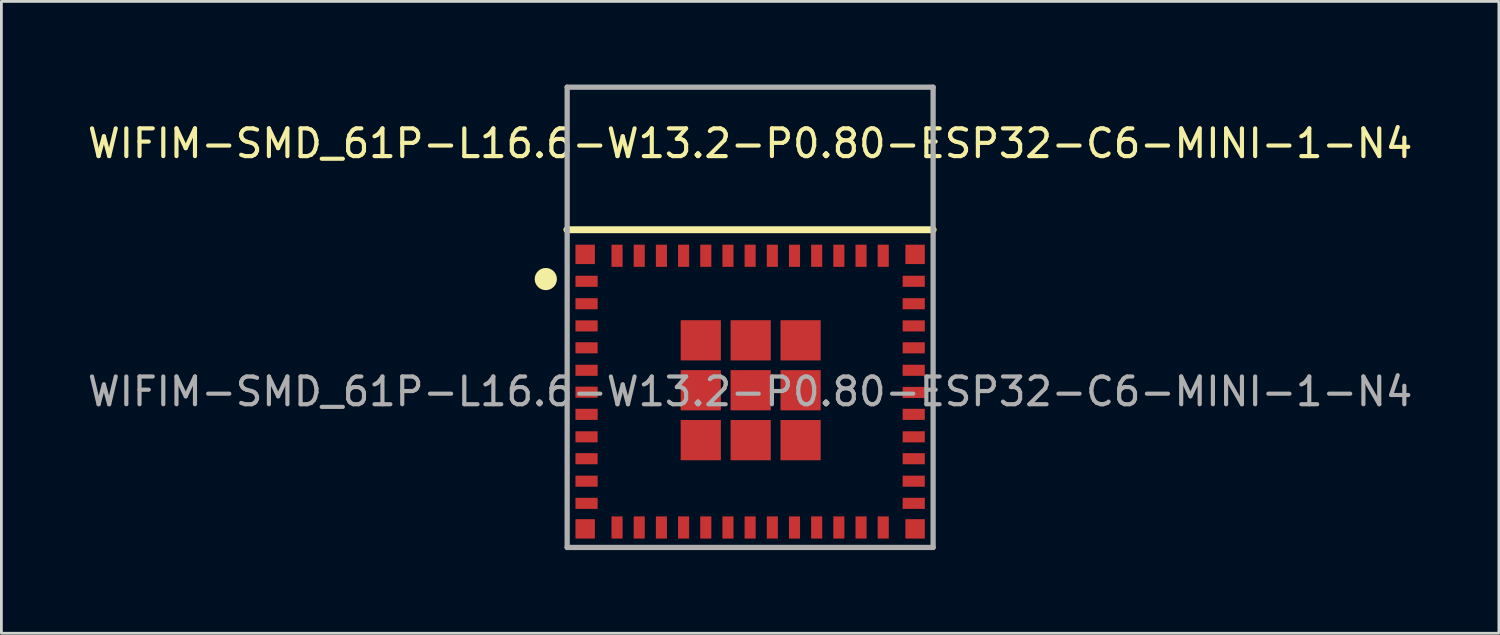
<source format=kicad_pcb>
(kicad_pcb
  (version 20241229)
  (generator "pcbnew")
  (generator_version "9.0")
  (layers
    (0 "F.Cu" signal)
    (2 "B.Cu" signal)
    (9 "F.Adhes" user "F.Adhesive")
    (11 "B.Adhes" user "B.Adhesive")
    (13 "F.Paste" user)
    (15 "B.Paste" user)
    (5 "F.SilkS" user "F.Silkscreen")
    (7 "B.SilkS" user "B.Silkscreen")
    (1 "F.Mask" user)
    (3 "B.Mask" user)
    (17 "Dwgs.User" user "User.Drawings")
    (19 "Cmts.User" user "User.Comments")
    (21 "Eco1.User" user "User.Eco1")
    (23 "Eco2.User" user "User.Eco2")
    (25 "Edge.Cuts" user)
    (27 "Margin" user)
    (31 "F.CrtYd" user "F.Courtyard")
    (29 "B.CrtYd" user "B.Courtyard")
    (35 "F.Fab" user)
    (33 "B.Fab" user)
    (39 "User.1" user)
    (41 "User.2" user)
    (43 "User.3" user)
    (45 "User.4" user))
  (footprint "WIFIM-SMD_61P-L16.6-W13.2-P0.80-ESP32-C6-MINI-1-N4"
    (layer "F.Cu")
    (at 24.006 11.075)
    (property "Reference" "WIFIM-SMD_61P-L16.6-W13.2-P0.80-ESP32-C6-MINI-1-N4" (at 0 -8.95 0) (layer "F.SilkS") (effects (font (size 1 1) (thickness 0.15))))
    (attr smd)
    (fp_line (start -6.61 -5.84) (end 6.6 -5.84) (stroke (width 0.25) (type solid)) (layer "F.SilkS"))
    (fp_circle (center -7.37 -4.06) (end -7.17 -4.06) (stroke (width 0.4) (type solid)) (fill no) (layer "F.SilkS"))
    (fp_circle (center -6.6 -10.98) (end -6.57 -10.98) (stroke (width 0.06) (type solid)) (fill no) (layer "F.SilkS"))
    (fp_line (start -6.6 -10.98) (end 6.6 -10.98) (stroke (width 0.19) (type solid)) (layer "F.Fab"))
    (fp_line (start -6.6 5.62) (end -6.6 -10.98) (stroke (width 0.19) (type solid)) (layer "F.Fab"))
    (fp_line (start 6.6 -10.98) (end 6.6 5.62) (stroke (width 0.19) (type solid)) (layer "F.Fab"))
    (fp_line (start 6.6 5.62) (end -6.6 5.62) (stroke (width 0.19) (type solid)) (layer "F.Fab"))
    (fp_text user "${REFERENCE}" (at 0 0 0) (layer "F.Fab") (effects (font (size 1 1) (thickness 0.15))))
    (pad "1" smd rect (at -5.9 -3.98) (size 0.8 0.4) (layers "F.Cu" "F.Mask" "F.Paste"))
    (pad "2" smd rect (at -5.9 -3.17) (size 0.8 0.4) (layers "F.Cu" "F.Mask" "F.Paste"))
    (pad "3" smd rect (at -5.9 -2.37) (size 0.8 0.4) (layers "F.Cu" "F.Mask" "F.Paste"))
    (pad "4" smd rect (at -5.9 -1.58) (size 0.8 0.4) (layers "F.Cu" "F.Mask" "F.Paste"))
    (pad "5" smd rect (at -5.9 -0.77) (size 0.8 0.4) (layers "F.Cu" "F.Mask" "F.Paste"))
    (pad "6" smd rect (at -5.9 0.02) (size 0.8 0.4) (layers "F.Cu" "F.Mask" "F.Paste"))
    (pad "7" smd rect (at -5.9 0.82) (size 0.8 0.4) (layers "F.Cu" "F.Mask" "F.Paste"))
    (pad "8" smd rect (at -5.9 1.63) (size 0.8 0.4) (layers "F.Cu" "F.Mask" "F.Paste"))
    (pad "9" smd rect (at -5.9 2.42) (size 0.8 0.4) (layers "F.Cu" "F.Mask" "F.Paste"))
    (pad "10" smd rect (at -5.9 3.23) (size 0.8 0.4) (layers "F.Cu" "F.Mask" "F.Paste"))
    (pad "11" smd rect (at -5.9 4.03) (size 0.8 0.4) (layers "F.Cu" "F.Mask" "F.Paste"))
    (pad "12" smd rect (at -4.8 4.9 270) (size 0.8 0.4) (layers "F.Cu" "F.Mask" "F.Paste"))
    (pad "13" smd rect (at -4 4.9 270) (size 0.8 0.4) (layers "F.Cu" "F.Mask" "F.Paste"))
    (pad "14" smd rect (at -3.2 4.9 270) (size 0.8 0.4) (layers "F.Cu" "F.Mask" "F.Paste"))
    (pad "15" smd rect (at -2.4 4.9 270) (size 0.8 0.4) (layers "F.Cu" "F.Mask" "F.Paste"))
    (pad "16" smd rect (at -1.6 4.9 270) (size 0.8 0.4) (layers "F.Cu" "F.Mask" "F.Paste"))
    (pad "17" smd rect (at -0.8 4.9 270) (size 0.8 0.4) (layers "F.Cu" "F.Mask" "F.Paste"))
    (pad "18" smd rect (at 0 4.9 270) (size 0.8 0.4) (layers "F.Cu" "F.Mask" "F.Paste"))
    (pad "19" smd rect (at 0.8 4.9 270) (size 0.8 0.4) (layers "F.Cu" "F.Mask" "F.Paste"))
    (pad "20" smd rect (at 1.6 4.9 270) (size 0.8 0.4) (layers "F.Cu" "F.Mask" "F.Paste"))
    (pad "21" smd rect (at 2.4 4.9 270) (size 0.8 0.4) (layers "F.Cu" "F.Mask" "F.Paste"))
    (pad "22" smd rect (at 3.2 4.9 270) (size 0.8 0.4) (layers "F.Cu" "F.Mask" "F.Paste"))
    (pad "23" smd rect (at 4 4.9 270) (size 0.8 0.4) (layers "F.Cu" "F.Mask" "F.Paste"))
    (pad "24" smd rect (at 4.8 4.9 270) (size 0.8 0.4) (layers "F.Cu" "F.Mask" "F.Paste"))
    (pad "25" smd rect (at 5.9 4.03) (size 0.8 0.4) (layers "F.Cu" "F.Mask" "F.Paste"))
    (pad "26" smd rect (at 5.9 3.23) (size 0.8 0.4) (layers "F.Cu" "F.Mask" "F.Paste"))
    (pad "27" smd rect (at 5.9 2.42) (size 0.8 0.4) (layers "F.Cu" "F.Mask" "F.Paste"))
    (pad "28" smd rect (at 5.9 1.63) (size 0.8 0.4) (layers "F.Cu" "F.Mask" "F.Paste"))
    (pad "29" smd rect (at 5.9 0.82) (size 0.8 0.4) (layers "F.Cu" "F.Mask" "F.Paste"))
    (pad "30" smd rect (at 5.9 0.03) (size 0.8 0.4) (layers "F.Cu" "F.Mask" "F.Paste"))
    (pad "31" smd rect (at 5.9 -0.77) (size 0.8 0.4) (layers "F.Cu" "F.Mask" "F.Paste"))
    (pad "32" smd rect (at 5.9 -1.58) (size 0.8 0.4) (layers "F.Cu" "F.Mask" "F.Paste"))
    (pad "33" smd rect (at 5.9 -2.37) (size 0.8 0.4) (layers "F.Cu" "F.Mask" "F.Paste"))
    (pad "34" smd rect (at 5.9 -3.17) (size 0.8 0.4) (layers "F.Cu" "F.Mask" "F.Paste"))
    (pad "35" smd rect (at 5.9 -3.98) (size 0.8 0.4) (layers "F.Cu" "F.Mask" "F.Paste"))
    (pad "36" smd rect (at 4.8 -4.9 270) (size 0.8 0.4) (layers "F.Cu" "F.Mask" "F.Paste"))
    (pad "37" smd rect (at 4 -4.9 270) (size 0.8 0.4) (layers "F.Cu" "F.Mask" "F.Paste"))
    (pad "38" smd rect (at 3.2 -4.9 270) (size 0.8 0.4) (layers "F.Cu" "F.Mask" "F.Paste"))
    (pad "39" smd rect (at 2.4 -4.9 270) (size 0.8 0.4) (layers "F.Cu" "F.Mask" "F.Paste"))
    (pad "40" smd rect (at 1.6 -4.9 270) (size 0.8 0.4) (layers "F.Cu" "F.Mask" "F.Paste"))
    (pad "41" smd rect (at 0.8 -4.9 270) (size 0.8 0.4) (layers "F.Cu" "F.Mask" "F.Paste"))
    (pad "42" smd rect (at 0 -4.9 270) (size 0.8 0.4) (layers "F.Cu" "F.Mask" "F.Paste"))
    (pad "43" smd rect (at -0.8 -4.9 270) (size 0.8 0.4) (layers "F.Cu" "F.Mask" "F.Paste"))
    (pad "44" smd rect (at -1.6 -4.9 270) (size 0.8 0.4) (layers "F.Cu" "F.Mask" "F.Paste"))
    (pad "45" smd rect (at -2.4 -4.9 270) (size 0.8 0.4) (layers "F.Cu" "F.Mask" "F.Paste"))
    (pad "46" smd rect (at -3.2 -4.9 270) (size 0.8 0.4) (layers "F.Cu" "F.Mask" "F.Paste"))
    (pad "47" smd rect (at -4 -4.9 270) (size 0.8 0.4) (layers "F.Cu" "F.Mask" "F.Paste"))
    (pad "48" smd rect (at -4.8 -4.9 270) (size 0.8 0.4) (layers "F.Cu" "F.Mask" "F.Paste"))
    (pad "49" smd rect (at -1.78 -1.85) (size 1.45 1.45) (layers "F.Cu" "F.Mask" "F.Paste"))
    (pad "49" smd rect (at -1.78 -0.05) (size 1.45 1.45) (layers "F.Cu" "F.Mask" "F.Paste"))
    (pad "49" smd rect (at -1.78 1.75) (size 1.45 1.45) (layers "F.Cu" "F.Mask" "F.Paste"))
    (pad "49" smd rect (at 0.02 -1.85) (size 1.45 1.45) (layers "F.Cu" "F.Mask" "F.Paste"))
    (pad "49" smd rect (at 0.02 -0.05) (size 1.45 1.45) (layers "F.Cu" "F.Mask" "F.Paste"))
    (pad "49" smd rect (at 0.02 1.75) (size 1.45 1.45) (layers "F.Cu" "F.Mask" "F.Paste"))
    (pad "49" smd rect (at 1.82 -1.85) (size 1.45 1.45) (layers "F.Cu" "F.Mask" "F.Paste"))
    (pad "49" smd rect (at 1.82 -0.05) (size 1.45 1.45) (layers "F.Cu" "F.Mask" "F.Paste"))
    (pad "49" smd rect (at 1.82 1.75) (size 1.45 1.45) (layers "F.Cu" "F.Mask" "F.Paste"))
    (pad "50" smd rect (at 5.95 -4.95) (size 0.7 0.7) (layers "F.Cu" "F.Mask" "F.Paste"))
    (pad "51" smd rect (at 5.95 4.95) (size 0.7 0.7) (layers "F.Cu" "F.Mask" "F.Paste"))
    (pad "52" smd rect (at -5.95 4.95) (size 0.7 0.7) (layers "F.Cu" "F.Mask" "F.Paste"))
    (pad "53" smd rect (at -5.95 -4.95) (size 0.7 0.7) (layers "F.Cu" "F.Mask" "F.Paste")))
  (gr_rect
    (start -3 -3)
    (end 51.012 19.79)
    (stroke (width 0.1) (type default))
    (fill no)
    (layer "Edge.Cuts")))
</source>
